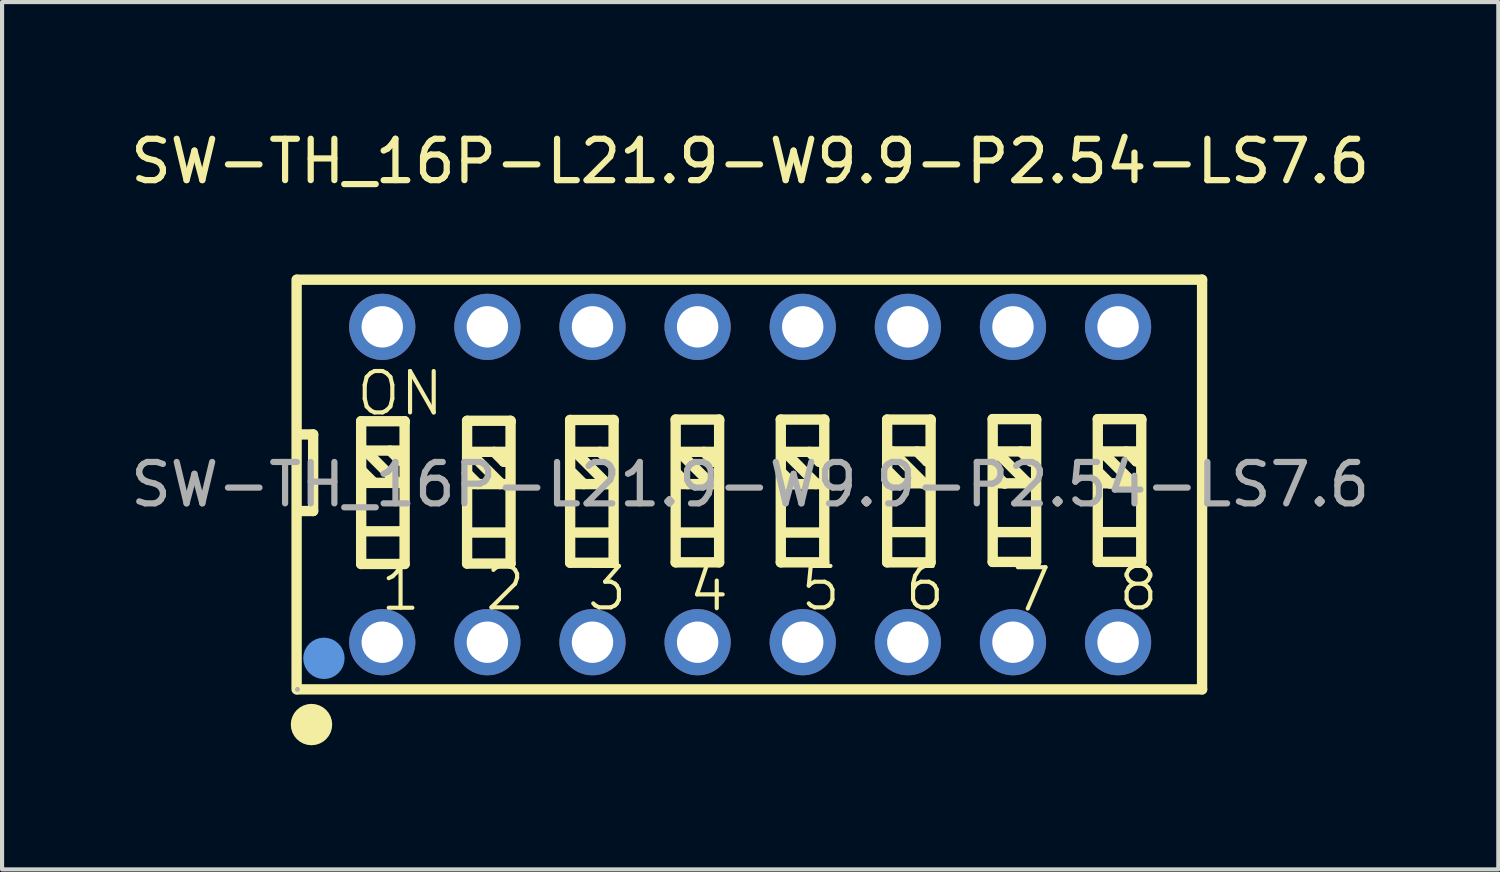
<source format=kicad_pcb>
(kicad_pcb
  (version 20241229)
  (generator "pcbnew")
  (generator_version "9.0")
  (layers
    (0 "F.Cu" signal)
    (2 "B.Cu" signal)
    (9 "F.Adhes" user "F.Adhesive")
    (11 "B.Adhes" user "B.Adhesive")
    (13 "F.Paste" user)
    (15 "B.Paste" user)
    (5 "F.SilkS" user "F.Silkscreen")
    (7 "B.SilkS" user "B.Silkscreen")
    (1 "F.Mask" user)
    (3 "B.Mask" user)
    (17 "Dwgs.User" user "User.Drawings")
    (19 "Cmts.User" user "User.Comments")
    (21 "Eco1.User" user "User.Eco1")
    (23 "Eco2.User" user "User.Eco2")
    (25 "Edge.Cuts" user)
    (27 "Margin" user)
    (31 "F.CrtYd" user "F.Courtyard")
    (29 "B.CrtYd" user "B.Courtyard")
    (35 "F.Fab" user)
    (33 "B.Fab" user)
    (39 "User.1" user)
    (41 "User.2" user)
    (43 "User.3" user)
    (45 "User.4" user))
  (footprint "SW-TH_16P-L21.9-W9.9-P2.54-LS7.6"
    (layer "F.Cu")
    (at 15.077 8.658)
    (property "Reference" "SW-TH_16P-L21.9-W9.9-P2.54-LS7.6" (at 0 -7.81 0) (layer "F.SilkS") (effects (font (size 1 1) (thickness 0.15))))
    (attr through_hole)
    (fp_line (start -10.96 -4.95) (end -10.96 4.95) (stroke (width 0.25) (type solid)) (layer "F.SilkS"))
    (fp_line (start -10.94 -4.95) (end 10.92 -4.95) (stroke (width 0.25) (type solid)) (layer "F.SilkS"))
    (fp_line (start -10.94 4.95) (end 10.92 4.95) (stroke (width 0.25) (type solid)) (layer "F.SilkS"))
    (fp_line (start -10.86 -1.21) (end -10.56 -1.21) (stroke (width 0.25) (type solid)) (layer "F.SilkS"))
    (fp_line (start -10.56 -1.21) (end -10.56 0.64) (stroke (width 0.25) (type solid)) (layer "F.SilkS"))
    (fp_line (start -10.56 0.64) (end -10.84 0.64) (stroke (width 0.25) (type solid)) (layer "F.SilkS"))
    (fp_line (start -9.4 -1.53) (end -9.4 1.92) (stroke (width 0.25) (type solid)) (layer "F.SilkS"))
    (fp_line (start -9.4 1.92) (end -8.35 1.92) (stroke (width 0.25) (type solid)) (layer "F.SilkS"))
    (fp_line (start -9.3 -0.82) (end -8.55 -0.07) (stroke (width 0.25) (type solid)) (layer "F.SilkS"))
    (fp_line (start -9.29 -0.04) (end -8.42 -0.04) (stroke (width 0.25) (type solid)) (layer "F.SilkS"))
    (fp_line (start -9.27 -0.82) (end -8.4 -0.82) (stroke (width 0.25) (type solid)) (layer "F.SilkS"))
    (fp_line (start -9.27 1.13) (end -8.4 1.13) (stroke (width 0.25) (type solid)) (layer "F.SilkS"))
    (fp_line (start -9.09 -0.04) (end -9.36 -0.31) (stroke (width 0.25) (type solid)) (layer "F.SilkS"))
    (fp_line (start -8.7 -0.82) (end -8.46 -0.58) (stroke (width 0.25) (type solid)) (layer "F.SilkS"))
    (fp_line (start -8.55 -0.07) (end -8.55 -0.04) (stroke (width 0.25) (type solid)) (layer "F.SilkS"))
    (fp_line (start -8.46 -0.58) (end -8.43 -0.58) (stroke (width 0.25) (type solid)) (layer "F.SilkS"))
    (fp_line (start -8.35 -1.53) (end -9.4 -1.53) (stroke (width 0.25) (type solid)) (layer "F.SilkS"))
    (fp_line (start -8.35 -1.5) (end -8.35 -1.53) (stroke (width 0.25) (type solid)) (layer "F.SilkS"))
    (fp_line (start -8.35 1.92) (end -8.35 -1.5) (stroke (width 0.25) (type solid)) (layer "F.SilkS"))
    (fp_line (start -6.84 -1.54) (end -6.84 1.91) (stroke (width 0.25) (type solid)) (layer "F.SilkS"))
    (fp_line (start -6.84 1.91) (end -5.79 1.91) (stroke (width 0.25) (type solid)) (layer "F.SilkS"))
    (fp_line (start -6.79 -0.79) (end -6.04 -0.04) (stroke (width 0.25) (type solid)) (layer "F.SilkS"))
    (fp_line (start -6.78 -0.01) (end -5.91 -0.01) (stroke (width 0.25) (type solid)) (layer "F.SilkS"))
    (fp_line (start -6.76 -0.79) (end -5.89 -0.79) (stroke (width 0.25) (type solid)) (layer "F.SilkS"))
    (fp_line (start -6.76 1.16) (end -5.89 1.16) (stroke (width 0.25) (type solid)) (layer "F.SilkS"))
    (fp_line (start -6.58 -0.01) (end -6.85 -0.28) (stroke (width 0.25) (type solid)) (layer "F.SilkS"))
    (fp_line (start -6.19 -0.79) (end -5.95 -0.55) (stroke (width 0.25) (type solid)) (layer "F.SilkS"))
    (fp_line (start -6.04 -0.04) (end -6.04 -0.01) (stroke (width 0.25) (type solid)) (layer "F.SilkS"))
    (fp_line (start -5.95 -0.55) (end -5.92 -0.55) (stroke (width 0.25) (type solid)) (layer "F.SilkS"))
    (fp_line (start -5.79 -1.54) (end -6.84 -1.54) (stroke (width 0.25) (type solid)) (layer "F.SilkS"))
    (fp_line (start -5.79 -1.51) (end -5.79 -1.54) (stroke (width 0.25) (type solid)) (layer "F.SilkS"))
    (fp_line (start -5.79 1.91) (end -5.79 -1.51) (stroke (width 0.25) (type solid)) (layer "F.SilkS"))
    (fp_line (start -4.35 -1.56) (end -4.35 1.89) (stroke (width 0.25) (type solid)) (layer "F.SilkS"))
    (fp_line (start -4.35 1.89) (end -3.3 1.89) (stroke (width 0.25) (type solid)) (layer "F.SilkS"))
    (fp_line (start -4.23 -0.79) (end -3.48 -0.04) (stroke (width 0.25) (type solid)) (layer "F.SilkS"))
    (fp_line (start -4.22 -0.01) (end -3.35 -0.01) (stroke (width 0.25) (type solid)) (layer "F.SilkS"))
    (fp_line (start -4.2 -0.79) (end -3.33 -0.79) (stroke (width 0.25) (type solid)) (layer "F.SilkS"))
    (fp_line (start -4.2 1.16) (end -3.33 1.16) (stroke (width 0.25) (type solid)) (layer "F.SilkS"))
    (fp_line (start -4.02 -0.01) (end -4.29 -0.28) (stroke (width 0.25) (type solid)) (layer "F.SilkS"))
    (fp_line (start -3.63 -0.79) (end -3.39 -0.55) (stroke (width 0.25) (type solid)) (layer "F.SilkS"))
    (fp_line (start -3.48 -0.04) (end -3.48 -0.01) (stroke (width 0.25) (type solid)) (layer "F.SilkS"))
    (fp_line (start -3.39 -0.55) (end -3.36 -0.55) (stroke (width 0.25) (type solid)) (layer "F.SilkS"))
    (fp_line (start -3.3 -1.56) (end -4.35 -1.56) (stroke (width 0.25) (type solid)) (layer "F.SilkS"))
    (fp_line (start -3.3 -1.53) (end -3.3 -1.56) (stroke (width 0.25) (type solid)) (layer "F.SilkS"))
    (fp_line (start -3.3 1.89) (end -3.3 -1.53) (stroke (width 0.25) (type solid)) (layer "F.SilkS"))
    (fp_line (start -1.8 -1.57) (end -1.8 1.88) (stroke (width 0.25) (type solid)) (layer "F.SilkS"))
    (fp_line (start -1.8 1.88) (end -0.75 1.88) (stroke (width 0.25) (type solid)) (layer "F.SilkS"))
    (fp_line (start -1.72 -0.79) (end -0.97 -0.04) (stroke (width 0.25) (type solid)) (layer "F.SilkS"))
    (fp_line (start -1.71 -0.01) (end -0.84 -0.01) (stroke (width 0.25) (type solid)) (layer "F.SilkS"))
    (fp_line (start -1.69 -0.79) (end -0.82 -0.79) (stroke (width 0.25) (type solid)) (layer "F.SilkS"))
    (fp_line (start -1.69 1.16) (end -0.82 1.16) (stroke (width 0.25) (type solid)) (layer "F.SilkS"))
    (fp_line (start -1.51 -0.01) (end -1.78 -0.28) (stroke (width 0.25) (type solid)) (layer "F.SilkS"))
    (fp_line (start -1.12 -0.79) (end -0.88 -0.55) (stroke (width 0.25) (type solid)) (layer "F.SilkS"))
    (fp_line (start -0.97 -0.04) (end -0.97 -0.01) (stroke (width 0.25) (type solid)) (layer "F.SilkS"))
    (fp_line (start -0.88 -0.55) (end -0.85 -0.55) (stroke (width 0.25) (type solid)) (layer "F.SilkS"))
    (fp_line (start -0.75 -1.57) (end -1.8 -1.57) (stroke (width 0.25) (type solid)) (layer "F.SilkS"))
    (fp_line (start -0.75 -1.54) (end -0.75 -1.57) (stroke (width 0.25) (type solid)) (layer "F.SilkS"))
    (fp_line (start -0.75 1.88) (end -0.75 -1.54) (stroke (width 0.25) (type solid)) (layer "F.SilkS"))
    (fp_line (start 0.74 -1.57) (end 0.74 1.88) (stroke (width 0.25) (type solid)) (layer "F.SilkS"))
    (fp_line (start 0.74 1.88) (end 1.79 1.88) (stroke (width 0.25) (type solid)) (layer "F.SilkS"))
    (fp_line (start 0.83 -0.79) (end 1.58 -0.04) (stroke (width 0.25) (type solid)) (layer "F.SilkS"))
    (fp_line (start 0.84 -0.01) (end 1.71 -0.01) (stroke (width 0.25) (type solid)) (layer "F.SilkS"))
    (fp_line (start 0.86 -0.79) (end 1.73 -0.79) (stroke (width 0.25) (type solid)) (layer "F.SilkS"))
    (fp_line (start 0.86 1.16) (end 1.73 1.16) (stroke (width 0.25) (type solid)) (layer "F.SilkS"))
    (fp_line (start 1.04 -0.01) (end 0.77 -0.28) (stroke (width 0.25) (type solid)) (layer "F.SilkS"))
    (fp_line (start 1.43 -0.79) (end 1.67 -0.55) (stroke (width 0.25) (type solid)) (layer "F.SilkS"))
    (fp_line (start 1.58 -0.04) (end 1.58 -0.01) (stroke (width 0.25) (type solid)) (layer "F.SilkS"))
    (fp_line (start 1.67 -0.55) (end 1.7 -0.55) (stroke (width 0.25) (type solid)) (layer "F.SilkS"))
    (fp_line (start 1.79 -1.57) (end 0.74 -1.57) (stroke (width 0.25) (type solid)) (layer "F.SilkS"))
    (fp_line (start 1.79 -1.54) (end 1.79 -1.57) (stroke (width 0.25) (type solid)) (layer "F.SilkS"))
    (fp_line (start 1.79 1.88) (end 1.79 -1.54) (stroke (width 0.25) (type solid)) (layer "F.SilkS"))
    (fp_line (start 3.31 -1.57) (end 3.31 1.88) (stroke (width 0.25) (type solid)) (layer "F.SilkS"))
    (fp_line (start 3.31 1.88) (end 4.36 1.88) (stroke (width 0.25) (type solid)) (layer "F.SilkS"))
    (fp_line (start 3.43 -0.8) (end 4.18 -0.05) (stroke (width 0.25) (type solid)) (layer "F.SilkS"))
    (fp_line (start 3.44 -0.03) (end 4.31 -0.03) (stroke (width 0.25) (type solid)) (layer "F.SilkS"))
    (fp_line (start 3.46 -0.8) (end 4.33 -0.8) (stroke (width 0.25) (type solid)) (layer "F.SilkS"))
    (fp_line (start 3.46 1.15) (end 4.33 1.15) (stroke (width 0.25) (type solid)) (layer "F.SilkS"))
    (fp_line (start 3.64 -0.02) (end 3.37 -0.29) (stroke (width 0.25) (type solid)) (layer "F.SilkS"))
    (fp_line (start 4.03 -0.8) (end 4.27 -0.56) (stroke (width 0.25) (type solid)) (layer "F.SilkS"))
    (fp_line (start 4.18 -0.05) (end 4.18 -0.02) (stroke (width 0.25) (type solid)) (layer "F.SilkS"))
    (fp_line (start 4.27 -0.56) (end 4.3 -0.56) (stroke (width 0.25) (type solid)) (layer "F.SilkS"))
    (fp_line (start 4.36 -1.57) (end 3.31 -1.57) (stroke (width 0.25) (type solid)) (layer "F.SilkS"))
    (fp_line (start 4.36 -1.54) (end 4.36 -1.57) (stroke (width 0.25) (type solid)) (layer "F.SilkS"))
    (fp_line (start 4.36 1.88) (end 4.36 -1.54) (stroke (width 0.25) (type solid)) (layer "F.SilkS"))
    (fp_line (start 5.86 -1.58) (end 5.86 1.87) (stroke (width 0.25) (type solid)) (layer "F.SilkS"))
    (fp_line (start 5.86 1.87) (end 6.91 1.87) (stroke (width 0.25) (type solid)) (layer "F.SilkS"))
    (fp_line (start 5.94 -0.8) (end 6.69 -0.05) (stroke (width 0.25) (type solid)) (layer "F.SilkS"))
    (fp_line (start 5.95 -0.03) (end 6.82 -0.03) (stroke (width 0.25) (type solid)) (layer "F.SilkS"))
    (fp_line (start 5.97 -0.8) (end 6.84 -0.8) (stroke (width 0.25) (type solid)) (layer "F.SilkS"))
    (fp_line (start 5.97 1.15) (end 6.84 1.15) (stroke (width 0.25) (type solid)) (layer "F.SilkS"))
    (fp_line (start 6.15 -0.02) (end 5.88 -0.29) (stroke (width 0.25) (type solid)) (layer "F.SilkS"))
    (fp_line (start 6.54 -0.8) (end 6.78 -0.56) (stroke (width 0.25) (type solid)) (layer "F.SilkS"))
    (fp_line (start 6.69 -0.05) (end 6.69 -0.02) (stroke (width 0.25) (type solid)) (layer "F.SilkS"))
    (fp_line (start 6.78 -0.56) (end 6.81 -0.56) (stroke (width 0.25) (type solid)) (layer "F.SilkS"))
    (fp_line (start 6.91 -1.58) (end 5.86 -1.58) (stroke (width 0.25) (type solid)) (layer "F.SilkS"))
    (fp_line (start 6.91 -1.55) (end 6.91 -1.58) (stroke (width 0.25) (type solid)) (layer "F.SilkS"))
    (fp_line (start 6.91 1.87) (end 6.91 -1.55) (stroke (width 0.25) (type solid)) (layer "F.SilkS"))
    (fp_line (start 8.4 -1.58) (end 8.4 1.87) (stroke (width 0.25) (type solid)) (layer "F.SilkS"))
    (fp_line (start 8.4 1.87) (end 9.45 1.87) (stroke (width 0.25) (type solid)) (layer "F.SilkS"))
    (fp_line (start 8.49 -0.8) (end 9.24 -0.05) (stroke (width 0.25) (type solid)) (layer "F.SilkS"))
    (fp_line (start 8.5 -0.03) (end 9.37 -0.03) (stroke (width 0.25) (type solid)) (layer "F.SilkS"))
    (fp_line (start 8.52 -0.8) (end 9.39 -0.8) (stroke (width 0.25) (type solid)) (layer "F.SilkS"))
    (fp_line (start 8.52 1.15) (end 9.39 1.15) (stroke (width 0.25) (type solid)) (layer "F.SilkS"))
    (fp_line (start 8.7 -0.02) (end 8.43 -0.29) (stroke (width 0.25) (type solid)) (layer "F.SilkS"))
    (fp_line (start 9.09 -0.8) (end 9.33 -0.56) (stroke (width 0.25) (type solid)) (layer "F.SilkS"))
    (fp_line (start 9.24 -0.05) (end 9.24 -0.02) (stroke (width 0.25) (type solid)) (layer "F.SilkS"))
    (fp_line (start 9.33 -0.56) (end 9.36 -0.56) (stroke (width 0.25) (type solid)) (layer "F.SilkS"))
    (fp_line (start 9.45 -1.58) (end 8.4 -1.58) (stroke (width 0.25) (type solid)) (layer "F.SilkS"))
    (fp_line (start 9.45 -1.55) (end 9.45 -1.58) (stroke (width 0.25) (type solid)) (layer "F.SilkS"))
    (fp_line (start 9.45 1.87) (end 9.45 -1.55) (stroke (width 0.25) (type solid)) (layer "F.SilkS"))
    (fp_line (start 10.92 -4.95) (end 10.92 4.95) (stroke (width 0.25) (type solid)) (layer "F.SilkS"))
    (fp_circle (center -10.6 5.8) (end -10.35 5.8) (stroke (width 0.5) (type solid)) (fill no) (layer "F.SilkS"))
    (fp_circle (center -10.3 4.2) (end -10.05 4.2) (stroke (width 0.5) (type solid)) (fill no) (layer "Cmts.User"))
    (fp_circle (center -10.94 4.95) (end -10.91 4.95) (stroke (width 0.06) (type solid)) (fill no) (layer "F.Fab"))
    (fp_text user "4" (at -1.54 2.53 0) (layer "F.SilkS") (effects (font (size 1 1) (thickness 0.1)) (justify left)))
    (fp_text user "3" (at -4 2.51 0) (layer "F.SilkS") (effects (font (size 1 1) (thickness 0.1)) (justify left)))
    (fp_text user "6" (at 3.68 2.51 0) (layer "F.SilkS") (effects (font (size 1 1) (thickness 0.1)) (justify left)))
    (fp_text user "7" (at 6.26 2.54 0) (layer "F.SilkS") (effects (font (size 1 1) (thickness 0.1)) (justify left)))
    (fp_text user "5" (at 1.16 2.51 0) (layer "F.SilkS") (effects (font (size 1 1) (thickness 0.1)) (justify left)))
    (fp_text user "ON" (at -9.57 -2.2 0) (layer "F.SilkS") (effects (font (size 1 1) (thickness 0.1)) (justify left)))
    (fp_text user "2" (at -6.46 2.51 0) (layer "F.SilkS") (effects (font (size 1 1) (thickness 0.1)) (justify left)))
    (fp_text user "1" (at -8.99 2.52 0) (layer "F.SilkS") (effects (font (size 1 1) (thickness 0.1)) (justify left)))
    (fp_text user "8" (at 8.84 2.51 0) (layer "F.SilkS") (effects (font (size 1 1) (thickness 0.1)) (justify left)))
    (fp_text user "${REFERENCE}" (at 0 0 0) (layer "F.Fab") (effects (font (size 1 1) (thickness 0.15))))
    (pad "1" thru_hole circle (at -8.89 3.81) (size 1.6 1.6) (drill 1) (layers "*.Cu" "*.Mask"))
    (pad "2" thru_hole circle (at -6.35 3.81) (size 1.6 1.6) (drill 1) (layers "*.Cu" "*.Mask"))
    (pad "3" thru_hole circle (at -3.81 3.81) (size 1.6 1.6) (drill 1) (layers "*.Cu" "*.Mask"))
    (pad "4" thru_hole circle (at -1.27 3.81) (size 1.6 1.6) (drill 1) (layers "*.Cu" "*.Mask"))
    (pad "5" thru_hole circle (at 1.27 3.81) (size 1.6 1.6) (drill 1) (layers "*.Cu" "*.Mask"))
    (pad "6" thru_hole circle (at 3.81 3.81) (size 1.6 1.6) (drill 1) (layers "*.Cu" "*.Mask"))
    (pad "7" thru_hole circle (at 6.35 3.81) (size 1.6 1.6) (drill 1) (layers "*.Cu" "*.Mask"))
    (pad "8" thru_hole circle (at 8.89 3.81) (size 1.6 1.6) (drill 1) (layers "*.Cu" "*.Mask"))
    (pad "9" thru_hole circle (at 8.89 -3.81) (size 1.6 1.6) (drill 1) (layers "*.Cu" "*.Mask"))
    (pad "10" thru_hole circle (at 6.35 -3.81) (size 1.6 1.6) (drill 1) (layers "*.Cu" "*.Mask"))
    (pad "11" thru_hole circle (at 3.81 -3.81) (size 1.6 1.6) (drill 1) (layers "*.Cu" "*.Mask"))
    (pad "12" thru_hole circle (at 1.27 -3.81) (size 1.6 1.6) (drill 1) (layers "*.Cu" "*.Mask"))
    (pad "13" thru_hole circle (at -1.27 -3.81) (size 1.6 1.6) (drill 1) (layers "*.Cu" "*.Mask"))
    (pad "14" thru_hole circle (at -3.81 -3.81) (size 1.6 1.6) (drill 1) (layers "*.Cu" "*.Mask"))
    (pad "15" thru_hole circle (at -6.35 -3.81) (size 1.6 1.6) (drill 1) (layers "*.Cu" "*.Mask"))
    (pad "16" thru_hole circle (at -8.89 -3.81) (size 1.6 1.6) (drill 1) (layers "*.Cu" "*.Mask")))
  (gr_rect
    (start -3 -3)
    (end 33.155 17.958)
    (stroke (width 0.1) (type default))
    (fill no)
    (layer "Edge.Cuts")))
</source>
